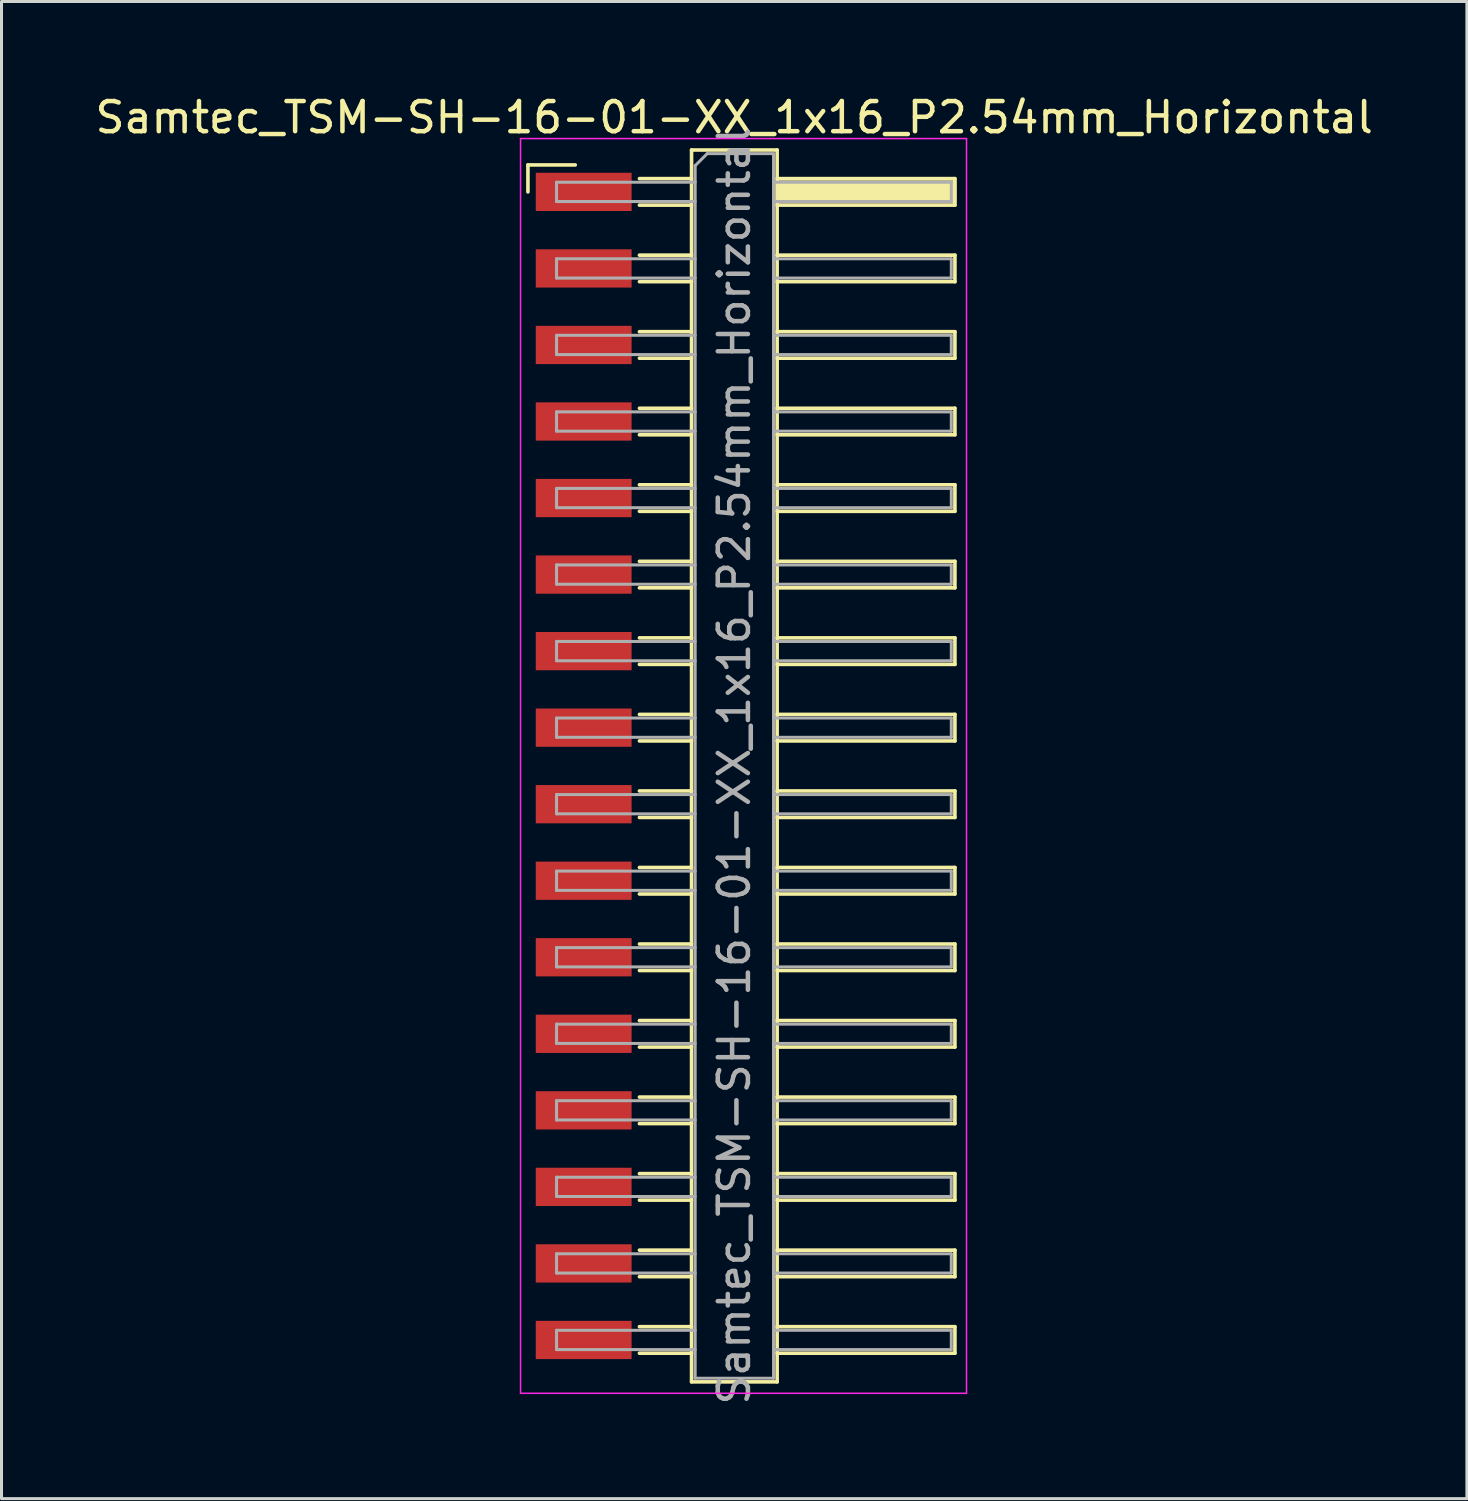
<source format=kicad_pcb>
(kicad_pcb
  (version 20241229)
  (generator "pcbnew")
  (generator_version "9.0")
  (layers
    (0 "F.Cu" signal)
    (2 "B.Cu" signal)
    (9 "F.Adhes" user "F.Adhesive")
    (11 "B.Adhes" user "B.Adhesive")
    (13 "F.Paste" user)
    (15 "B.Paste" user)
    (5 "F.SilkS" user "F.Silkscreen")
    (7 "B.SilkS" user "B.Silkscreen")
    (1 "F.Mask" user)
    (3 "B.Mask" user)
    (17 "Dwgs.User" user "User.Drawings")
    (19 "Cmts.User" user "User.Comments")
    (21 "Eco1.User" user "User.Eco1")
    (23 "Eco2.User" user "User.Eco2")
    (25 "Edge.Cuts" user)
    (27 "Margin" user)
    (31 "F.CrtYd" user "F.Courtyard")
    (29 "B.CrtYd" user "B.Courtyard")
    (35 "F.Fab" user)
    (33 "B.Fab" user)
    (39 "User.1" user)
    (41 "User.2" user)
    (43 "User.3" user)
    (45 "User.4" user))
  (footprint "Samtec_TSM-SH-16-01-XX_1x16_P2.54mm_Horizontal"
    (layer "F.Cu")
    (at 21.505 22.368)
    (property "Reference" "Samtec_TSM-SH-16-01-XX_1x16_P2.54mm_Horizontal" (at -0.19 -21.52 0) (layer "F.SilkS") (effects (font (size 1 1) (thickness 0.15))))
    (attr smd)
    (fp_line (start -7.035 -19.945) (end -5.465 -19.945) (stroke (width 0.12) (type solid)) (layer "F.SilkS"))
    (fp_line (start -7.035 -19.05) (end -7.035 -19.945) (stroke (width 0.12) (type solid)) (layer "F.SilkS"))
    (fp_line (start -3.335 -19.49) (end -1.605 -19.49) (stroke (width 0.12) (type solid)) (layer "F.SilkS"))
    (fp_line (start -3.335 -18.61) (end -1.605 -18.61) (stroke (width 0.12) (type solid)) (layer "F.SilkS"))
    (fp_line (start -3.335 -16.95) (end -1.605 -16.95) (stroke (width 0.12) (type solid)) (layer "F.SilkS"))
    (fp_line (start -3.335 -16.07) (end -1.605 -16.07) (stroke (width 0.12) (type solid)) (layer "F.SilkS"))
    (fp_line (start -3.335 -14.41) (end -1.605 -14.41) (stroke (width 0.12) (type solid)) (layer "F.SilkS"))
    (fp_line (start -3.335 -13.53) (end -1.605 -13.53) (stroke (width 0.12) (type solid)) (layer "F.SilkS"))
    (fp_line (start -3.335 -11.87) (end -1.605 -11.87) (stroke (width 0.12) (type solid)) (layer "F.SilkS"))
    (fp_line (start -3.335 -10.99) (end -1.605 -10.99) (stroke (width 0.12) (type solid)) (layer "F.SilkS"))
    (fp_line (start -3.335 -9.33) (end -1.605 -9.33) (stroke (width 0.12) (type solid)) (layer "F.SilkS"))
    (fp_line (start -3.335 -8.45) (end -1.605 -8.45) (stroke (width 0.12) (type solid)) (layer "F.SilkS"))
    (fp_line (start -3.335 -6.79) (end -1.605 -6.79) (stroke (width 0.12) (type solid)) (layer "F.SilkS"))
    (fp_line (start -3.335 -5.91) (end -1.605 -5.91) (stroke (width 0.12) (type solid)) (layer "F.SilkS"))
    (fp_line (start -3.335 -4.25) (end -1.605 -4.25) (stroke (width 0.12) (type solid)) (layer "F.SilkS"))
    (fp_line (start -3.335 -3.37) (end -1.605 -3.37) (stroke (width 0.12) (type solid)) (layer "F.SilkS"))
    (fp_line (start -3.335 -1.71) (end -1.605 -1.71) (stroke (width 0.12) (type solid)) (layer "F.SilkS"))
    (fp_line (start -3.335 -0.83) (end -1.605 -0.83) (stroke (width 0.12) (type solid)) (layer "F.SilkS"))
    (fp_line (start -3.335 0.83) (end -1.605 0.83) (stroke (width 0.12) (type solid)) (layer "F.SilkS"))
    (fp_line (start -3.335 1.71) (end -1.605 1.71) (stroke (width 0.12) (type solid)) (layer "F.SilkS"))
    (fp_line (start -3.335 3.37) (end -1.605 3.37) (stroke (width 0.12) (type solid)) (layer "F.SilkS"))
    (fp_line (start -3.335 4.25) (end -1.605 4.25) (stroke (width 0.12) (type solid)) (layer "F.SilkS"))
    (fp_line (start -3.335 5.91) (end -1.605 5.91) (stroke (width 0.12) (type solid)) (layer "F.SilkS"))
    (fp_line (start -3.335 6.79) (end -1.605 6.79) (stroke (width 0.12) (type solid)) (layer "F.SilkS"))
    (fp_line (start -3.335 8.45) (end -1.605 8.45) (stroke (width 0.12) (type solid)) (layer "F.SilkS"))
    (fp_line (start -3.335 9.33) (end -1.605 9.33) (stroke (width 0.12) (type solid)) (layer "F.SilkS"))
    (fp_line (start -3.335 10.99) (end -1.605 10.99) (stroke (width 0.12) (type solid)) (layer "F.SilkS"))
    (fp_line (start -3.335 11.87) (end -1.605 11.87) (stroke (width 0.12) (type solid)) (layer "F.SilkS"))
    (fp_line (start -3.335 13.53) (end -1.605 13.53) (stroke (width 0.12) (type solid)) (layer "F.SilkS"))
    (fp_line (start -3.335 14.41) (end -1.605 14.41) (stroke (width 0.12) (type solid)) (layer "F.SilkS"))
    (fp_line (start -3.335 16.07) (end -1.605 16.07) (stroke (width 0.12) (type solid)) (layer "F.SilkS"))
    (fp_line (start -3.335 16.95) (end -1.605 16.95) (stroke (width 0.12) (type solid)) (layer "F.SilkS"))
    (fp_line (start -3.335 18.61) (end -1.605 18.61) (stroke (width 0.12) (type solid)) (layer "F.SilkS"))
    (fp_line (start -3.335 19.49) (end -1.605 19.49) (stroke (width 0.12) (type solid)) (layer "F.SilkS"))
    (fp_line (start -1.605 -20.44) (end 1.235 -20.44) (stroke (width 0.12) (type solid)) (layer "F.SilkS"))
    (fp_line (start -1.605 20.44) (end -1.605 -20.44) (stroke (width 0.12) (type solid)) (layer "F.SilkS"))
    (fp_line (start 1.235 -20.44) (end 1.235 20.44) (stroke (width 0.12) (type solid)) (layer "F.SilkS"))
    (fp_line (start 1.235 -19.49) (end 7.135 -19.49) (stroke (width 0.12) (type solid)) (layer "F.SilkS"))
    (fp_line (start 1.235 -16.95) (end 7.135 -16.95) (stroke (width 0.12) (type solid)) (layer "F.SilkS"))
    (fp_line (start 1.235 -14.41) (end 7.135 -14.41) (stroke (width 0.12) (type solid)) (layer "F.SilkS"))
    (fp_line (start 1.235 -11.87) (end 7.135 -11.87) (stroke (width 0.12) (type solid)) (layer "F.SilkS"))
    (fp_line (start 1.235 -9.33) (end 7.135 -9.33) (stroke (width 0.12) (type solid)) (layer "F.SilkS"))
    (fp_line (start 1.235 -6.79) (end 7.135 -6.79) (stroke (width 0.12) (type solid)) (layer "F.SilkS"))
    (fp_line (start 1.235 -4.25) (end 7.135 -4.25) (stroke (width 0.12) (type solid)) (layer "F.SilkS"))
    (fp_line (start 1.235 -1.71) (end 7.135 -1.71) (stroke (width 0.12) (type solid)) (layer "F.SilkS"))
    (fp_line (start 1.235 0.83) (end 7.135 0.83) (stroke (width 0.12) (type solid)) (layer "F.SilkS"))
    (fp_line (start 1.235 3.37) (end 7.135 3.37) (stroke (width 0.12) (type solid)) (layer "F.SilkS"))
    (fp_line (start 1.235 5.91) (end 7.135 5.91) (stroke (width 0.12) (type solid)) (layer "F.SilkS"))
    (fp_line (start 1.235 8.45) (end 7.135 8.45) (stroke (width 0.12) (type solid)) (layer "F.SilkS"))
    (fp_line (start 1.235 10.99) (end 7.135 10.99) (stroke (width 0.12) (type solid)) (layer "F.SilkS"))
    (fp_line (start 1.235 13.53) (end 7.135 13.53) (stroke (width 0.12) (type solid)) (layer "F.SilkS"))
    (fp_line (start 1.235 16.07) (end 7.135 16.07) (stroke (width 0.12) (type solid)) (layer "F.SilkS"))
    (fp_line (start 1.235 18.61) (end 7.135 18.61) (stroke (width 0.12) (type solid)) (layer "F.SilkS"))
    (fp_line (start 1.235 20.44) (end -1.605 20.44) (stroke (width 0.12) (type solid)) (layer "F.SilkS"))
    (fp_line (start 7.135 -19.49) (end 7.135 -18.61) (stroke (width 0.12) (type solid)) (layer "F.SilkS"))
    (fp_line (start 7.135 -18.61) (end 1.235 -18.61) (stroke (width 0.12) (type solid)) (layer "F.SilkS"))
    (fp_line (start 7.135 -16.95) (end 7.135 -16.07) (stroke (width 0.12) (type solid)) (layer "F.SilkS"))
    (fp_line (start 7.135 -16.07) (end 1.235 -16.07) (stroke (width 0.12) (type solid)) (layer "F.SilkS"))
    (fp_line (start 7.135 -14.41) (end 7.135 -13.53) (stroke (width 0.12) (type solid)) (layer "F.SilkS"))
    (fp_line (start 7.135 -13.53) (end 1.235 -13.53) (stroke (width 0.12) (type solid)) (layer "F.SilkS"))
    (fp_line (start 7.135 -11.87) (end 7.135 -10.99) (stroke (width 0.12) (type solid)) (layer "F.SilkS"))
    (fp_line (start 7.135 -10.99) (end 1.235 -10.99) (stroke (width 0.12) (type solid)) (layer "F.SilkS"))
    (fp_line (start 7.135 -9.33) (end 7.135 -8.45) (stroke (width 0.12) (type solid)) (layer "F.SilkS"))
    (fp_line (start 7.135 -8.45) (end 1.235 -8.45) (stroke (width 0.12) (type solid)) (layer "F.SilkS"))
    (fp_line (start 7.135 -6.79) (end 7.135 -5.91) (stroke (width 0.12) (type solid)) (layer "F.SilkS"))
    (fp_line (start 7.135 -5.91) (end 1.235 -5.91) (stroke (width 0.12) (type solid)) (layer "F.SilkS"))
    (fp_line (start 7.135 -4.25) (end 7.135 -3.37) (stroke (width 0.12) (type solid)) (layer "F.SilkS"))
    (fp_line (start 7.135 -3.37) (end 1.235 -3.37) (stroke (width 0.12) (type solid)) (layer "F.SilkS"))
    (fp_line (start 7.135 -1.71) (end 7.135 -0.83) (stroke (width 0.12) (type solid)) (layer "F.SilkS"))
    (fp_line (start 7.135 -0.83) (end 1.235 -0.83) (stroke (width 0.12) (type solid)) (layer "F.SilkS"))
    (fp_line (start 7.135 0.83) (end 7.135 1.71) (stroke (width 0.12) (type solid)) (layer "F.SilkS"))
    (fp_line (start 7.135 1.71) (end 1.235 1.71) (stroke (width 0.12) (type solid)) (layer "F.SilkS"))
    (fp_line (start 7.135 3.37) (end 7.135 4.25) (stroke (width 0.12) (type solid)) (layer "F.SilkS"))
    (fp_line (start 7.135 4.25) (end 1.235 4.25) (stroke (width 0.12) (type solid)) (layer "F.SilkS"))
    (fp_line (start 7.135 5.91) (end 7.135 6.79) (stroke (width 0.12) (type solid)) (layer "F.SilkS"))
    (fp_line (start 7.135 6.79) (end 1.235 6.79) (stroke (width 0.12) (type solid)) (layer "F.SilkS"))
    (fp_line (start 7.135 8.45) (end 7.135 9.33) (stroke (width 0.12) (type solid)) (layer "F.SilkS"))
    (fp_line (start 7.135 9.33) (end 1.235 9.33) (stroke (width 0.12) (type solid)) (layer "F.SilkS"))
    (fp_line (start 7.135 10.99) (end 7.135 11.87) (stroke (width 0.12) (type solid)) (layer "F.SilkS"))
    (fp_line (start 7.135 11.87) (end 1.235 11.87) (stroke (width 0.12) (type solid)) (layer "F.SilkS"))
    (fp_line (start 7.135 13.53) (end 7.135 14.41) (stroke (width 0.12) (type solid)) (layer "F.SilkS"))
    (fp_line (start 7.135 14.41) (end 1.235 14.41) (stroke (width 0.12) (type solid)) (layer "F.SilkS"))
    (fp_line (start 7.135 16.07) (end 7.135 16.95) (stroke (width 0.12) (type solid)) (layer "F.SilkS"))
    (fp_line (start 7.135 16.95) (end 1.235 16.95) (stroke (width 0.12) (type solid)) (layer "F.SilkS"))
    (fp_line (start 7.135 18.61) (end 7.135 19.49) (stroke (width 0.12) (type solid)) (layer "F.SilkS"))
    (fp_line (start 7.135 19.49) (end 1.235 19.49) (stroke (width 0.12) (type solid)) (layer "F.SilkS"))
    (fp_line (start -7.28 -20.82) (end 7.52 -20.82) (stroke (width 0.05) (type solid)) (layer "F.CrtYd"))
    (fp_line (start -7.28 20.82) (end -7.28 -20.82) (stroke (width 0.05) (type solid)) (layer "F.CrtYd"))
    (fp_line (start 7.52 -20.82) (end 7.52 20.82) (stroke (width 0.05) (type solid)) (layer "F.CrtYd"))
    (fp_line (start 7.52 20.82) (end -7.28 20.82) (stroke (width 0.05) (type solid)) (layer "F.CrtYd"))
    (fp_line (start -6.085 -19.37) (end -6.085 -18.73) (stroke (width 0.1) (type solid)) (layer "F.Fab"))
    (fp_line (start -6.085 -18.73) (end -1.485 -18.73) (stroke (width 0.1) (type solid)) (layer "F.Fab"))
    (fp_line (start -6.085 -16.83) (end -6.085 -16.19) (stroke (width 0.1) (type solid)) (layer "F.Fab"))
    (fp_line (start -6.085 -16.19) (end -1.485 -16.19) (stroke (width 0.1) (type solid)) (layer "F.Fab"))
    (fp_line (start -6.085 -14.29) (end -6.085 -13.65) (stroke (width 0.1) (type solid)) (layer "F.Fab"))
    (fp_line (start -6.085 -13.65) (end -1.485 -13.65) (stroke (width 0.1) (type solid)) (layer "F.Fab"))
    (fp_line (start -6.085 -11.75) (end -6.085 -11.11) (stroke (width 0.1) (type solid)) (layer "F.Fab"))
    (fp_line (start -6.085 -11.11) (end -1.485 -11.11) (stroke (width 0.1) (type solid)) (layer "F.Fab"))
    (fp_line (start -6.085 -9.21) (end -6.085 -8.57) (stroke (width 0.1) (type solid)) (layer "F.Fab"))
    (fp_line (start -6.085 -8.57) (end -1.485 -8.57) (stroke (width 0.1) (type solid)) (layer "F.Fab"))
    (fp_line (start -6.085 -6.67) (end -6.085 -6.03) (stroke (width 0.1) (type solid)) (layer "F.Fab"))
    (fp_line (start -6.085 -6.03) (end -1.485 -6.03) (stroke (width 0.1) (type solid)) (layer "F.Fab"))
    (fp_line (start -6.085 -4.13) (end -6.085 -3.49) (stroke (width 0.1) (type solid)) (layer "F.Fab"))
    (fp_line (start -6.085 -3.49) (end -1.485 -3.49) (stroke (width 0.1) (type solid)) (layer "F.Fab"))
    (fp_line (start -6.085 -1.59) (end -6.085 -0.95) (stroke (width 0.1) (type solid)) (layer "F.Fab"))
    (fp_line (start -6.085 -0.95) (end -1.485 -0.95) (stroke (width 0.1) (type solid)) (layer "F.Fab"))
    (fp_line (start -6.085 0.95) (end -6.085 1.59) (stroke (width 0.1) (type solid)) (layer "F.Fab"))
    (fp_line (start -6.085 1.59) (end -1.485 1.59) (stroke (width 0.1) (type solid)) (layer "F.Fab"))
    (fp_line (start -6.085 3.49) (end -6.085 4.13) (stroke (width 0.1) (type solid)) (layer "F.Fab"))
    (fp_line (start -6.085 4.13) (end -1.485 4.13) (stroke (width 0.1) (type solid)) (layer "F.Fab"))
    (fp_line (start -6.085 6.03) (end -6.085 6.67) (stroke (width 0.1) (type solid)) (layer "F.Fab"))
    (fp_line (start -6.085 6.67) (end -1.485 6.67) (stroke (width 0.1) (type solid)) (layer "F.Fab"))
    (fp_line (start -6.085 8.57) (end -6.085 9.21) (stroke (width 0.1) (type solid)) (layer "F.Fab"))
    (fp_line (start -6.085 9.21) (end -1.485 9.21) (stroke (width 0.1) (type solid)) (layer "F.Fab"))
    (fp_line (start -6.085 11.11) (end -6.085 11.75) (stroke (width 0.1) (type solid)) (layer "F.Fab"))
    (fp_line (start -6.085 11.75) (end -1.485 11.75) (stroke (width 0.1) (type solid)) (layer "F.Fab"))
    (fp_line (start -6.085 13.65) (end -6.085 14.29) (stroke (width 0.1) (type solid)) (layer "F.Fab"))
    (fp_line (start -6.085 14.29) (end -1.485 14.29) (stroke (width 0.1) (type solid)) (layer "F.Fab"))
    (fp_line (start -6.085 16.19) (end -6.085 16.83) (stroke (width 0.1) (type solid)) (layer "F.Fab"))
    (fp_line (start -6.085 16.83) (end -1.485 16.83) (stroke (width 0.1) (type solid)) (layer "F.Fab"))
    (fp_line (start -6.085 18.73) (end -6.085 19.37) (stroke (width 0.1) (type solid)) (layer "F.Fab"))
    (fp_line (start -6.085 19.37) (end -1.485 19.37) (stroke (width 0.1) (type solid)) (layer "F.Fab"))
    (fp_line (start -1.485 -19.92) (end -1.085 -20.32) (stroke (width 0.1) (type solid)) (layer "F.Fab"))
    (fp_line (start -1.485 -19.37) (end -6.085 -19.37) (stroke (width 0.1) (type solid)) (layer "F.Fab"))
    (fp_line (start -1.485 -16.83) (end -6.085 -16.83) (stroke (width 0.1) (type solid)) (layer "F.Fab"))
    (fp_line (start -1.485 -14.29) (end -6.085 -14.29) (stroke (width 0.1) (type solid)) (layer "F.Fab"))
    (fp_line (start -1.485 -11.75) (end -6.085 -11.75) (stroke (width 0.1) (type solid)) (layer "F.Fab"))
    (fp_line (start -1.485 -9.21) (end -6.085 -9.21) (stroke (width 0.1) (type solid)) (layer "F.Fab"))
    (fp_line (start -1.485 -6.67) (end -6.085 -6.67) (stroke (width 0.1) (type solid)) (layer "F.Fab"))
    (fp_line (start -1.485 -4.13) (end -6.085 -4.13) (stroke (width 0.1) (type solid)) (layer "F.Fab"))
    (fp_line (start -1.485 -1.59) (end -6.085 -1.59) (stroke (width 0.1) (type solid)) (layer "F.Fab"))
    (fp_line (start -1.485 0.95) (end -6.085 0.95) (stroke (width 0.1) (type solid)) (layer "F.Fab"))
    (fp_line (start -1.485 3.49) (end -6.085 3.49) (stroke (width 0.1) (type solid)) (layer "F.Fab"))
    (fp_line (start -1.485 6.03) (end -6.085 6.03) (stroke (width 0.1) (type solid)) (layer "F.Fab"))
    (fp_line (start -1.485 8.57) (end -6.085 8.57) (stroke (width 0.1) (type solid)) (layer "F.Fab"))
    (fp_line (start -1.485 11.11) (end -6.085 11.11) (stroke (width 0.1) (type solid)) (layer "F.Fab"))
    (fp_line (start -1.485 13.65) (end -6.085 13.65) (stroke (width 0.1) (type solid)) (layer "F.Fab"))
    (fp_line (start -1.485 16.19) (end -6.085 16.19) (stroke (width 0.1) (type solid)) (layer "F.Fab"))
    (fp_line (start -1.485 18.73) (end -6.085 18.73) (stroke (width 0.1) (type solid)) (layer "F.Fab"))
    (fp_line (start -1.485 20.32) (end -1.485 -19.92) (stroke (width 0.1) (type solid)) (layer "F.Fab"))
    (fp_line (start -1.085 -20.32) (end 1.115 -20.32) (stroke (width 0.1) (type solid)) (layer "F.Fab"))
    (fp_line (start 1.115 -20.32) (end 1.115 20.32) (stroke (width 0.1) (type solid)) (layer "F.Fab"))
    (fp_line (start 1.115 -19.37) (end 7.015 -19.37) (stroke (width 0.1) (type solid)) (layer "F.Fab"))
    (fp_line (start 1.115 -16.83) (end 7.015 -16.83) (stroke (width 0.1) (type solid)) (layer "F.Fab"))
    (fp_line (start 1.115 -14.29) (end 7.015 -14.29) (stroke (width 0.1) (type solid)) (layer "F.Fab"))
    (fp_line (start 1.115 -11.75) (end 7.015 -11.75) (stroke (width 0.1) (type solid)) (layer "F.Fab"))
    (fp_line (start 1.115 -9.21) (end 7.015 -9.21) (stroke (width 0.1) (type solid)) (layer "F.Fab"))
    (fp_line (start 1.115 -6.67) (end 7.015 -6.67) (stroke (width 0.1) (type solid)) (layer "F.Fab"))
    (fp_line (start 1.115 -4.13) (end 7.015 -4.13) (stroke (width 0.1) (type solid)) (layer "F.Fab"))
    (fp_line (start 1.115 -1.59) (end 7.015 -1.59) (stroke (width 0.1) (type solid)) (layer "F.Fab"))
    (fp_line (start 1.115 0.95) (end 7.015 0.95) (stroke (width 0.1) (type solid)) (layer "F.Fab"))
    (fp_line (start 1.115 3.49) (end 7.015 3.49) (stroke (width 0.1) (type solid)) (layer "F.Fab"))
    (fp_line (start 1.115 6.03) (end 7.015 6.03) (stroke (width 0.1) (type solid)) (layer "F.Fab"))
    (fp_line (start 1.115 8.57) (end 7.015 8.57) (stroke (width 0.1) (type solid)) (layer "F.Fab"))
    (fp_line (start 1.115 11.11) (end 7.015 11.11) (stroke (width 0.1) (type solid)) (layer "F.Fab"))
    (fp_line (start 1.115 13.65) (end 7.015 13.65) (stroke (width 0.1) (type solid)) (layer "F.Fab"))
    (fp_line (start 1.115 16.19) (end 7.015 16.19) (stroke (width 0.1) (type solid)) (layer "F.Fab"))
    (fp_line (start 1.115 18.73) (end 7.015 18.73) (stroke (width 0.1) (type solid)) (layer "F.Fab"))
    (fp_line (start 1.115 20.32) (end -1.485 20.32) (stroke (width 0.1) (type solid)) (layer "F.Fab"))
    (fp_line (start 7.015 -19.37) (end 7.015 -18.73) (stroke (width 0.1) (type solid)) (layer "F.Fab"))
    (fp_line (start 7.015 -18.73) (end 1.115 -18.73) (stroke (width 0.1) (type solid)) (layer "F.Fab"))
    (fp_line (start 7.015 -16.83) (end 7.015 -16.19) (stroke (width 0.1) (type solid)) (layer "F.Fab"))
    (fp_line (start 7.015 -16.19) (end 1.115 -16.19) (stroke (width 0.1) (type solid)) (layer "F.Fab"))
    (fp_line (start 7.015 -14.29) (end 7.015 -13.65) (stroke (width 0.1) (type solid)) (layer "F.Fab"))
    (fp_line (start 7.015 -13.65) (end 1.115 -13.65) (stroke (width 0.1) (type solid)) (layer "F.Fab"))
    (fp_line (start 7.015 -11.75) (end 7.015 -11.11) (stroke (width 0.1) (type solid)) (layer "F.Fab"))
    (fp_line (start 7.015 -11.11) (end 1.115 -11.11) (stroke (width 0.1) (type solid)) (layer "F.Fab"))
    (fp_line (start 7.015 -9.21) (end 7.015 -8.57) (stroke (width 0.1) (type solid)) (layer "F.Fab"))
    (fp_line (start 7.015 -8.57) (end 1.115 -8.57) (stroke (width 0.1) (type solid)) (layer "F.Fab"))
    (fp_line (start 7.015 -6.67) (end 7.015 -6.03) (stroke (width 0.1) (type solid)) (layer "F.Fab"))
    (fp_line (start 7.015 -6.03) (end 1.115 -6.03) (stroke (width 0.1) (type solid)) (layer "F.Fab"))
    (fp_line (start 7.015 -4.13) (end 7.015 -3.49) (stroke (width 0.1) (type solid)) (layer "F.Fab"))
    (fp_line (start 7.015 -3.49) (end 1.115 -3.49) (stroke (width 0.1) (type solid)) (layer "F.Fab"))
    (fp_line (start 7.015 -1.59) (end 7.015 -0.95) (stroke (width 0.1) (type solid)) (layer "F.Fab"))
    (fp_line (start 7.015 -0.95) (end 1.115 -0.95) (stroke (width 0.1) (type solid)) (layer "F.Fab"))
    (fp_line (start 7.015 0.95) (end 7.015 1.59) (stroke (width 0.1) (type solid)) (layer "F.Fab"))
    (fp_line (start 7.015 1.59) (end 1.115 1.59) (stroke (width 0.1) (type solid)) (layer "F.Fab"))
    (fp_line (start 7.015 3.49) (end 7.015 4.13) (stroke (width 0.1) (type solid)) (layer "F.Fab"))
    (fp_line (start 7.015 4.13) (end 1.115 4.13) (stroke (width 0.1) (type solid)) (layer "F.Fab"))
    (fp_line (start 7.015 6.03) (end 7.015 6.67) (stroke (width 0.1) (type solid)) (layer "F.Fab"))
    (fp_line (start 7.015 6.67) (end 1.115 6.67) (stroke (width 0.1) (type solid)) (layer "F.Fab"))
    (fp_line (start 7.015 8.57) (end 7.015 9.21) (stroke (width 0.1) (type solid)) (layer "F.Fab"))
    (fp_line (start 7.015 9.21) (end 1.115 9.21) (stroke (width 0.1) (type solid)) (layer "F.Fab"))
    (fp_line (start 7.015 11.11) (end 7.015 11.75) (stroke (width 0.1) (type solid)) (layer "F.Fab"))
    (fp_line (start 7.015 11.75) (end 1.115 11.75) (stroke (width 0.1) (type solid)) (layer "F.Fab"))
    (fp_line (start 7.015 13.65) (end 7.015 14.29) (stroke (width 0.1) (type solid)) (layer "F.Fab"))
    (fp_line (start 7.015 14.29) (end 1.115 14.29) (stroke (width 0.1) (type solid)) (layer "F.Fab"))
    (fp_line (start 7.015 16.19) (end 7.015 16.83) (stroke (width 0.1) (type solid)) (layer "F.Fab"))
    (fp_line (start 7.015 16.83) (end 1.115 16.83) (stroke (width 0.1) (type solid)) (layer "F.Fab"))
    (fp_line (start 7.015 18.73) (end 7.015 19.37) (stroke (width 0.1) (type solid)) (layer "F.Fab"))
    (fp_line (start 7.015 19.37) (end 1.115 19.37) (stroke (width 0.1) (type solid)) (layer "F.Fab"))
    (fp_text user "${REFERENCE}" (at -0.19 0 90) (layer "F.Fab") (effects (font (size 1 1) (thickness 0.15))))
    (pad "" smd rect (at 4.185 -19.05) (size 6 0.76) (layers "F.SilkS"))
    (pad "1" smd rect (at -5.185 -19.05) (size 3.18 1.27) (layers "F.Cu" "F.Mask" "F.Paste"))
    (pad "2" smd rect (at -5.185 -16.51) (size 3.18 1.27) (layers "F.Cu" "F.Mask" "F.Paste"))
    (pad "3" smd rect (at -5.185 -13.97) (size 3.18 1.27) (layers "F.Cu" "F.Mask" "F.Paste"))
    (pad "4" smd rect (at -5.185 -11.43) (size 3.18 1.27) (layers "F.Cu" "F.Mask" "F.Paste"))
    (pad "5" smd rect (at -5.185 -8.89) (size 3.18 1.27) (layers "F.Cu" "F.Mask" "F.Paste"))
    (pad "6" smd rect (at -5.185 -6.35) (size 3.18 1.27) (layers "F.Cu" "F.Mask" "F.Paste"))
    (pad "7" smd rect (at -5.185 -3.81) (size 3.18 1.27) (layers "F.Cu" "F.Mask" "F.Paste"))
    (pad "8" smd rect (at -5.185 -1.27) (size 3.18 1.27) (layers "F.Cu" "F.Mask" "F.Paste"))
    (pad "9" smd rect (at -5.185 1.27) (size 3.18 1.27) (layers "F.Cu" "F.Mask" "F.Paste"))
    (pad "10" smd rect (at -5.185 3.81) (size 3.18 1.27) (layers "F.Cu" "F.Mask" "F.Paste"))
    (pad "11" smd rect (at -5.185 6.35) (size 3.18 1.27) (layers "F.Cu" "F.Mask" "F.Paste"))
    (pad "12" smd rect (at -5.185 8.89) (size 3.18 1.27) (layers "F.Cu" "F.Mask" "F.Paste"))
    (pad "13" smd rect (at -5.185 11.43) (size 3.18 1.27) (layers "F.Cu" "F.Mask" "F.Paste"))
    (pad "14" smd rect (at -5.185 13.97) (size 3.18 1.27) (layers "F.Cu" "F.Mask" "F.Paste"))
    (pad "15" smd rect (at -5.185 16.51) (size 3.18 1.27) (layers "F.Cu" "F.Mask" "F.Paste"))
    (pad "16" smd rect (at -5.185 19.05) (size 3.18 1.27) (layers "F.Cu" "F.Mask" "F.Paste")))
  (gr_rect
    (start -3 -3)
    (end 45.631 46.684)
    (stroke (width 0.1) (type default))
    (fill no)
    (layer "Edge.Cuts")))
</source>
